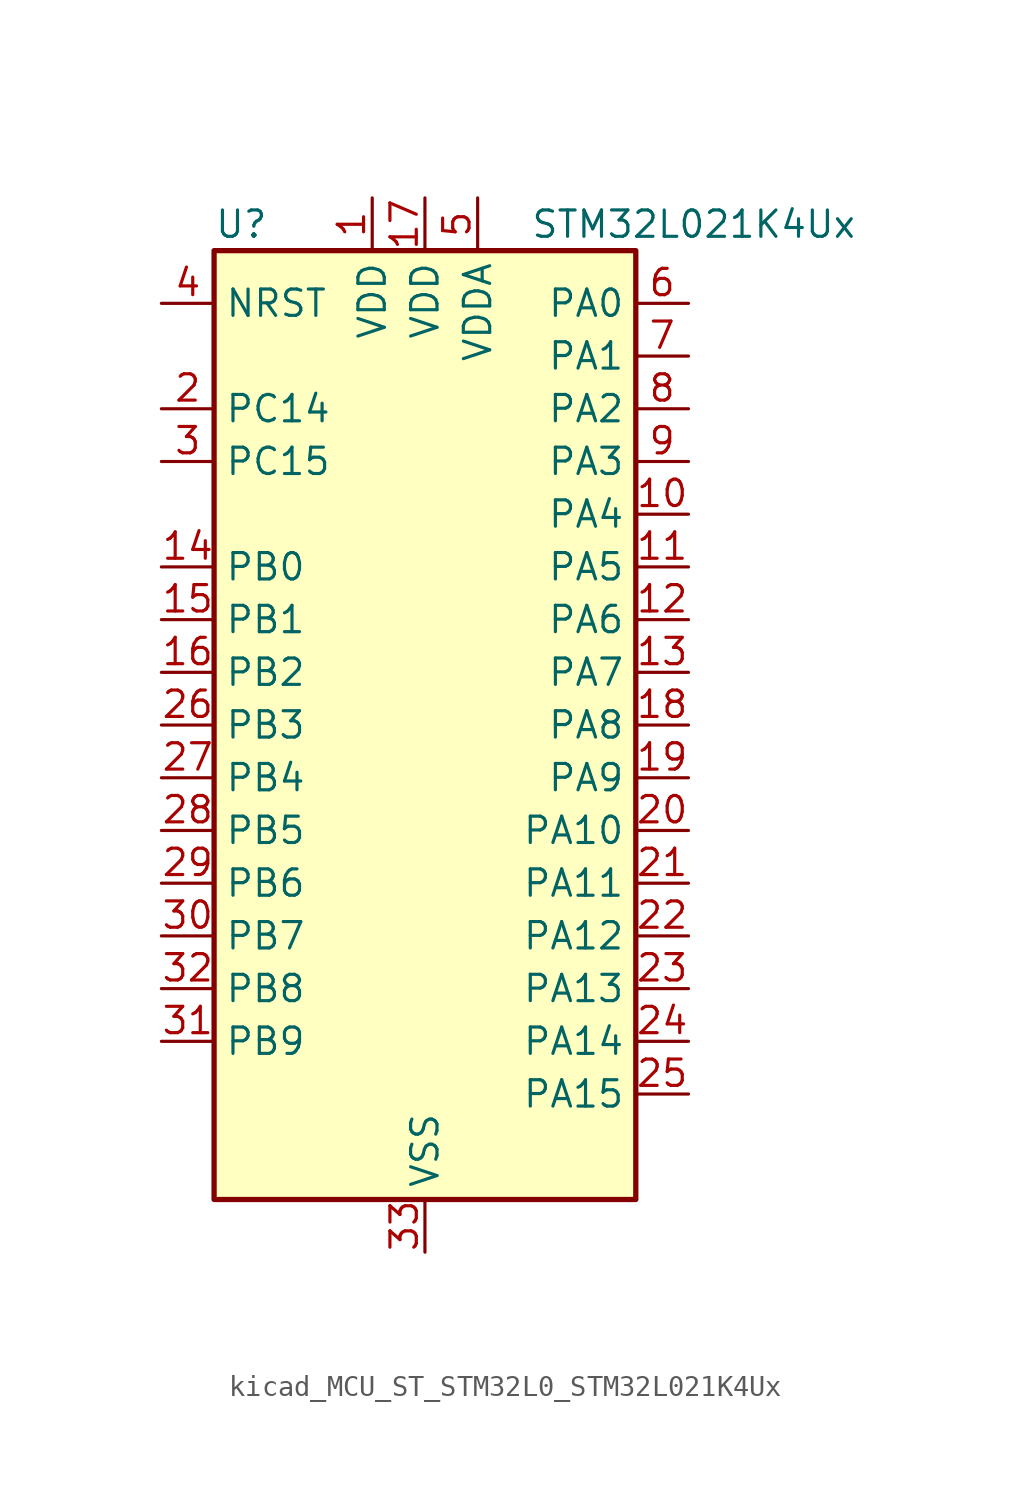
<source format=kicad_sym>
(kicad_symbol_lib
  (version 20220914)
  (generator kicad_symbol_editor)
  (symbol "kicad_MCU_ST_STM32L0_STM32L021K4Ux"
    (property "Reference" "U"
      (at -10.16 24.13 0)
      (effects (font (size 1.27 1.27)) (justify left)))
    (property "Value" "STM32L021K4Ux"
      (at 5.08 24.13 0)
      (effects (font (size 1.27 1.27)) (justify left)))
    (property "ki_locked" ""
      (at 0 0 0)
      (effects (font (size 1.27 1.27))))
    (symbol "kicad_MCU_ST_STM32L0_STM32L021K4Ux_0_1"
      (rectangle (start -10.16 -22.86) (end 10.16 22.86) (stroke (width 0.254) (type default)) (fill (type background))))
    (symbol "kicad_MCU_ST_STM32L0_STM32L021K4Ux_1_1"
      (pin power_in line (at -2.54 25.4 270) (length 2.54) (name "VDD" (effects (font (size 1.27 1.27)))) (number "1" (effects (font (size 1.27 1.27)))))
      (pin bidirectional line (at 12.7 10.16 180) (length 2.54) (name "PA4" (effects (font (size 1.27 1.27)))) (number "10" (effects (font (size 1.27 1.27)))) (alternate "ADC_IN4" bidirectional line) (alternate "COMP1_INM" bidirectional line) (alternate "COMP2_INM" bidirectional line) (alternate "COMP2_OUT" bidirectional line) (alternate "I2C1_SCL" bidirectional line) (alternate "LPTIM1_ETR" bidirectional line) (alternate "LPTIM1_IN1" bidirectional line) (alternate "LPUART1_TX" bidirectional line) (alternate "SPI1_NSS" bidirectional line) (alternate "TIM2_ETR" bidirectional line) (alternate "USART2_CK" bidirectional line))
      (pin bidirectional line (at 12.7 7.62 180) (length 2.54) (name "PA5" (effects (font (size 1.27 1.27)))) (number "11" (effects (font (size 1.27 1.27)))) (alternate "ADC_IN5" bidirectional line) (alternate "COMP1_INM" bidirectional line) (alternate "COMP2_INM" bidirectional line) (alternate "LPTIM1_IN2" bidirectional line) (alternate "SPI1_SCK" bidirectional line) (alternate "TIM2_CH1" bidirectional line) (alternate "TIM2_ETR" bidirectional line))
      (pin bidirectional line (at 12.7 5.08 180) (length 2.54) (name "PA6" (effects (font (size 1.27 1.27)))) (number "12" (effects (font (size 1.27 1.27)))) (alternate "ADC_IN6" bidirectional line) (alternate "COMP1_OUT" bidirectional line) (alternate "LPTIM1_ETR" bidirectional line) (alternate "LPUART1_CTS" bidirectional line) (alternate "SPI1_MISO" bidirectional line))
      (pin bidirectional line (at 12.7 2.54 180) (length 2.54) (name "PA7" (effects (font (size 1.27 1.27)))) (number "13" (effects (font (size 1.27 1.27)))) (alternate "ADC_IN7" bidirectional line) (alternate "COMP2_INP" bidirectional line) (alternate "COMP2_OUT" bidirectional line) (alternate "LPTIM1_OUT" bidirectional line) (alternate "SPI1_MOSI" bidirectional line) (alternate "TIM21_ETR" bidirectional line) (alternate "USART2_CTS" bidirectional line))
      (pin bidirectional line (at -12.7 7.62 0) (length 2.54) (name "PB0" (effects (font (size 1.27 1.27)))) (number "14" (effects (font (size 1.27 1.27)))) (alternate "ADC_IN8" bidirectional line) (alternate "SPI1_MISO" bidirectional line) (alternate "SYS_VREF_OUT_PB0" bidirectional line) (alternate "TIM2_CH2" bidirectional line) (alternate "TIM2_CH3" bidirectional line) (alternate "USART2_DE" bidirectional line) (alternate "USART2_RTS" bidirectional line))
      (pin bidirectional line (at -12.7 5.08 0) (length 2.54) (name "PB1" (effects (font (size 1.27 1.27)))) (number "15" (effects (font (size 1.27 1.27)))) (alternate "ADC_IN9" bidirectional line) (alternate "LPTIM1_IN1" bidirectional line) (alternate "LPUART1_DE" bidirectional line) (alternate "LPUART1_RTS" bidirectional line) (alternate "SPI1_MOSI" bidirectional line) (alternate "SYS_VREF_OUT_PB1" bidirectional line) (alternate "TIM2_CH4" bidirectional line) (alternate "USART2_CK" bidirectional line))
      (pin bidirectional line (at -12.7 2.54 0) (length 2.54) (name "PB2" (effects (font (size 1.27 1.27)))) (number "16" (effects (font (size 1.27 1.27)))) (alternate "LPTIM1_OUT" bidirectional line))
      (pin power_in line (at 0 25.4 270) (length 2.54) (name "VDD" (effects (font (size 1.27 1.27)))) (number "17" (effects (font (size 1.27 1.27)))))
      (pin bidirectional line (at 12.7 0 180) (length 2.54) (name "PA8" (effects (font (size 1.27 1.27)))) (number "18" (effects (font (size 1.27 1.27)))) (alternate "LPTIM1_IN1" bidirectional line) (alternate "RCC_MCO" bidirectional line) (alternate "TIM2_CH1" bidirectional line) (alternate "USART2_CK" bidirectional line))
      (pin bidirectional line (at 12.7 -2.54 180) (length 2.54) (name "PA9" (effects (font (size 1.27 1.27)))) (number "19" (effects (font (size 1.27 1.27)))) (alternate "COMP1_OUT" bidirectional line) (alternate "I2C1_SCL" bidirectional line) (alternate "LPTIM1_OUT" bidirectional line) (alternate "RCC_MCO" bidirectional line) (alternate "TIM21_CH2" bidirectional line) (alternate "USART2_TX" bidirectional line))
      (pin bidirectional line (at -12.7 15.24 0) (length 2.54) (name "PC14" (effects (font (size 1.27 1.27)))) (number "2" (effects (font (size 1.27 1.27)))) (alternate "RCC_OSC32_IN" bidirectional line))
      (pin bidirectional line (at 12.7 -5.08 180) (length 2.54) (name "PA10" (effects (font (size 1.27 1.27)))) (number "20" (effects (font (size 1.27 1.27)))) (alternate "COMP1_OUT" bidirectional line) (alternate "I2C1_SDA" bidirectional line) (alternate "RTC_REFIN" bidirectional line) (alternate "TIM21_CH1" bidirectional line) (alternate "TIM2_CH3" bidirectional line) (alternate "USART2_RX" bidirectional line))
      (pin bidirectional line (at 12.7 -7.62 180) (length 2.54) (name "PA11" (effects (font (size 1.27 1.27)))) (number "21" (effects (font (size 1.27 1.27)))) (alternate "ADC_EXTI11" bidirectional line) (alternate "COMP1_OUT" bidirectional line) (alternate "LPTIM1_OUT" bidirectional line) (alternate "SPI1_MISO" bidirectional line) (alternate "TIM21_CH2" bidirectional line) (alternate "USART2_CTS" bidirectional line))
      (pin bidirectional line (at 12.7 -10.16 180) (length 2.54) (name "PA12" (effects (font (size 1.27 1.27)))) (number "22" (effects (font (size 1.27 1.27)))) (alternate "COMP2_OUT" bidirectional line) (alternate "SPI1_MOSI" bidirectional line) (alternate "USART2_DE" bidirectional line) (alternate "USART2_RTS" bidirectional line))
      (pin bidirectional line (at 12.7 -12.7 180) (length 2.54) (name "PA13" (effects (font (size 1.27 1.27)))) (number "23" (effects (font (size 1.27 1.27)))) (alternate "COMP1_OUT" bidirectional line) (alternate "I2C1_SDA" bidirectional line) (alternate "LPTIM1_ETR" bidirectional line) (alternate "LPUART1_RX" bidirectional line) (alternate "SPI1_SCK" bidirectional line) (alternate "SYS_SWDIO" bidirectional line))
      (pin bidirectional line (at 12.7 -15.24 180) (length 2.54) (name "PA14" (effects (font (size 1.27 1.27)))) (number "24" (effects (font (size 1.27 1.27)))) (alternate "COMP2_OUT" bidirectional line) (alternate "I2C1_SMBA" bidirectional line) (alternate "LPTIM1_OUT" bidirectional line) (alternate "LPUART1_TX" bidirectional line) (alternate "SPI1_MISO" bidirectional line) (alternate "SYS_SWCLK" bidirectional line) (alternate "USART2_TX" bidirectional line))
      (pin bidirectional line (at 12.7 -17.78 180) (length 2.54) (name "PA15" (effects (font (size 1.27 1.27)))) (number "25" (effects (font (size 1.27 1.27)))) (alternate "SPI1_NSS" bidirectional line) (alternate "TIM2_CH1" bidirectional line) (alternate "TIM2_ETR" bidirectional line) (alternate "USART2_RX" bidirectional line))
      (pin bidirectional line (at -12.7 0 0) (length 2.54) (name "PB3" (effects (font (size 1.27 1.27)))) (number "26" (effects (font (size 1.27 1.27)))) (alternate "COMP2_INM" bidirectional line) (alternate "SPI1_SCK" bidirectional line) (alternate "TIM2_CH2" bidirectional line))
      (pin bidirectional line (at -12.7 -2.54 0) (length 2.54) (name "PB4" (effects (font (size 1.27 1.27)))) (number "27" (effects (font (size 1.27 1.27)))) (alternate "COMP2_INP" bidirectional line) (alternate "SPI1_MISO" bidirectional line))
      (pin bidirectional line (at -12.7 -5.08 0) (length 2.54) (name "PB5" (effects (font (size 1.27 1.27)))) (number "28" (effects (font (size 1.27 1.27)))) (alternate "COMP2_INP" bidirectional line) (alternate "I2C1_SMBA" bidirectional line) (alternate "LPTIM1_IN1" bidirectional line) (alternate "SPI1_MOSI" bidirectional line) (alternate "TIM21_CH1" bidirectional line))
      (pin bidirectional line (at -12.7 -7.62 0) (length 2.54) (name "PB6" (effects (font (size 1.27 1.27)))) (number "29" (effects (font (size 1.27 1.27)))) (alternate "COMP2_INP" bidirectional line) (alternate "I2C1_SCL" bidirectional line) (alternate "LPTIM1_ETR" bidirectional line) (alternate "LPUART1_TX" bidirectional line) (alternate "TIM2_CH3" bidirectional line) (alternate "USART2_TX" bidirectional line))
      (pin bidirectional line (at -12.7 12.7 0) (length 2.54) (name "PC15" (effects (font (size 1.27 1.27)))) (number "3" (effects (font (size 1.27 1.27)))) (alternate "RCC_OSC32_OUT" bidirectional line))
      (pin bidirectional line (at -12.7 -10.16 0) (length 2.54) (name "PB7" (effects (font (size 1.27 1.27)))) (number "30" (effects (font (size 1.27 1.27)))) (alternate "COMP2_INP" bidirectional line) (alternate "I2C1_SDA" bidirectional line) (alternate "LPTIM1_IN2" bidirectional line) (alternate "LPUART1_RX" bidirectional line) (alternate "SYS_PVD_IN" bidirectional line) (alternate "TIM2_CH4" bidirectional line) (alternate "USART2_RX" bidirectional line))
      (pin bidirectional line (at -12.7 -15.24 0) (length 2.54) (name "PB9" (effects (font (size 1.27 1.27)))) (number "31" (effects (font (size 1.27 1.27)))))
      (pin bidirectional line (at -12.7 -12.7 0) (length 2.54) (name "PB8" (effects (font (size 1.27 1.27)))) (number "32" (effects (font (size 1.27 1.27)))) (alternate "I2C1_SCL" bidirectional line) (alternate "SPI1_NSS" bidirectional line) (alternate "USART2_TX" bidirectional line))
      (pin power_in line (at 0 -25.4 90) (length 2.54) (name "VSS" (effects (font (size 1.27 1.27)))) (number "33" (effects (font (size 1.27 1.27)))))
      (pin input line (at -12.7 20.32 0) (length 2.54) (name "NRST" (effects (font (size 1.27 1.27)))) (number "4" (effects (font (size 1.27 1.27)))))
      (pin power_in line (at 2.54 25.4 270) (length 2.54) (name "VDDA" (effects (font (size 1.27 1.27)))) (number "5" (effects (font (size 1.27 1.27)))))
      (pin bidirectional line (at 12.7 20.32 180) (length 2.54) (name "PA0" (effects (font (size 1.27 1.27)))) (number "6" (effects (font (size 1.27 1.27)))) (alternate "ADC_IN0" bidirectional line) (alternate "COMP1_INM" bidirectional line) (alternate "COMP1_OUT" bidirectional line) (alternate "LPTIM1_IN1" bidirectional line) (alternate "LPUART1_RX" bidirectional line) (alternate "RCC_CK_IN" bidirectional line) (alternate "RTC_TAMP2" bidirectional line) (alternate "SYS_WKUP1" bidirectional line) (alternate "TIM2_CH1" bidirectional line) (alternate "TIM2_ETR" bidirectional line) (alternate "USART2_CTS" bidirectional line) (alternate "USART2_RX" bidirectional line))
      (pin bidirectional line (at 12.7 17.78 180) (length 2.54) (name "PA1" (effects (font (size 1.27 1.27)))) (number "7" (effects (font (size 1.27 1.27)))) (alternate "ADC_IN1" bidirectional line) (alternate "COMP1_INP" bidirectional line) (alternate "I2C1_SMBA" bidirectional line) (alternate "LPTIM1_IN2" bidirectional line) (alternate "LPUART1_TX" bidirectional line) (alternate "TIM21_ETR" bidirectional line) (alternate "TIM2_CH2" bidirectional line) (alternate "USART2_DE" bidirectional line) (alternate "USART2_RTS" bidirectional line))
      (pin bidirectional line (at 12.7 15.24 180) (length 2.54) (name "PA2" (effects (font (size 1.27 1.27)))) (number "8" (effects (font (size 1.27 1.27)))) (alternate "ADC_IN2" bidirectional line) (alternate "COMP2_INM" bidirectional line) (alternate "COMP2_OUT" bidirectional line) (alternate "LPUART1_TX" bidirectional line) (alternate "RTC_OUT_ALARM" bidirectional line) (alternate "RTC_OUT_CALIB" bidirectional line) (alternate "RTC_TAMP3" bidirectional line) (alternate "RTC_TS" bidirectional line) (alternate "SYS_WKUP3" bidirectional line) (alternate "TIM21_CH1" bidirectional line) (alternate "TIM2_CH3" bidirectional line) (alternate "USART2_TX" bidirectional line))
      (pin bidirectional line (at 12.7 12.7 180) (length 2.54) (name "PA3" (effects (font (size 1.27 1.27)))) (number "9" (effects (font (size 1.27 1.27)))) (alternate "ADC_IN3" bidirectional line) (alternate "COMP2_INP" bidirectional line) (alternate "LPUART1_RX" bidirectional line) (alternate "TIM21_CH2" bidirectional line) (alternate "TIM2_CH4" bidirectional line) (alternate "USART2_RX" bidirectional line)))))
</source>
